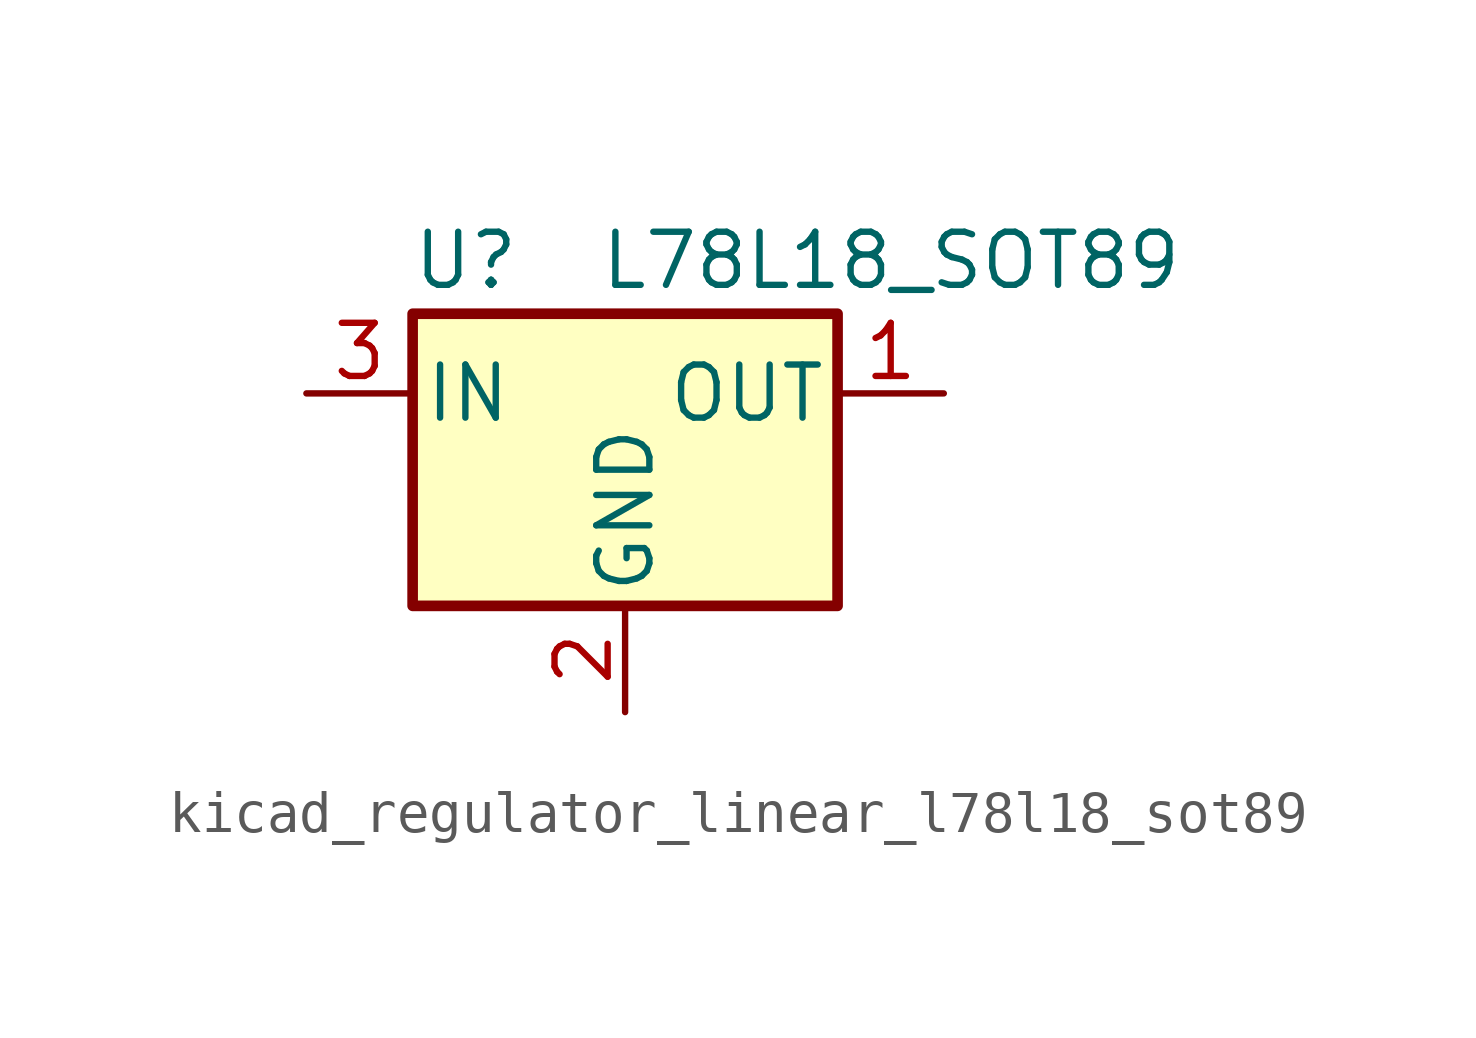
<source format=kicad_sym>
(kicad_symbol_lib
  (version 20220914)
  (generator kicad_symbol_editor)
  (symbol "kicad_regulator_linear_l78l18_sot89"
    (pin_names
      (offset 0.254))
    (property "Reference" "U"
      (at -3.81 3.175 0)
      (effects (font (size 1.27 1.27))))
    (property "Value" "L78L18_SOT89"
      (at -0.635 3.175 0)
      (effects (font (size 1.27 1.27)) (justify left)))
    (symbol "kicad_regulator_linear_l78l18_sot89_0_1"
      (rectangle (start -5.08 1.905) (end 5.08 -5.08) (stroke (width 0.254) (type default)) (fill (type background))))
    (symbol "kicad_regulator_linear_l78l18_sot89_1_1"
      (pin power_out line (at 7.62 0 180) (length 2.54) (name "OUT" (effects (font (size 1.27 1.27)))) (number "1" (effects (font (size 1.27 1.27)))))
      (pin power_in line (at 0 -7.62 90) (length 2.54) (name "GND" (effects (font (size 1.27 1.27)))) (number "2" (effects (font (size 1.27 1.27)))))
      (pin power_in line (at -7.62 0 0) (length 2.54) (name "IN" (effects (font (size 1.27 1.27)))) (number "3" (effects (font (size 1.27 1.27))))))))
</source>
